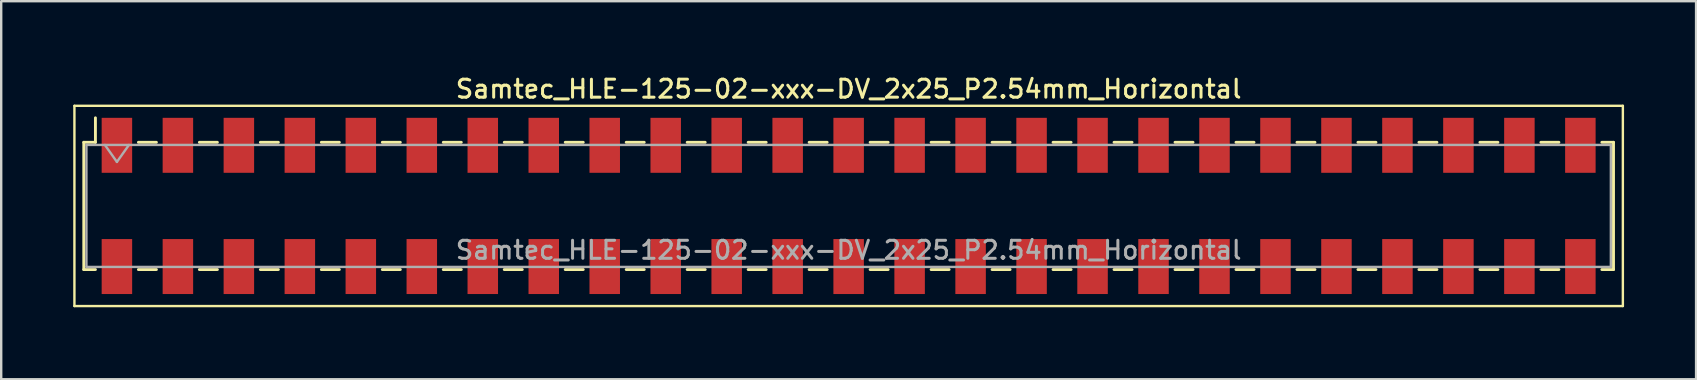
<source format=kicad_pcb>
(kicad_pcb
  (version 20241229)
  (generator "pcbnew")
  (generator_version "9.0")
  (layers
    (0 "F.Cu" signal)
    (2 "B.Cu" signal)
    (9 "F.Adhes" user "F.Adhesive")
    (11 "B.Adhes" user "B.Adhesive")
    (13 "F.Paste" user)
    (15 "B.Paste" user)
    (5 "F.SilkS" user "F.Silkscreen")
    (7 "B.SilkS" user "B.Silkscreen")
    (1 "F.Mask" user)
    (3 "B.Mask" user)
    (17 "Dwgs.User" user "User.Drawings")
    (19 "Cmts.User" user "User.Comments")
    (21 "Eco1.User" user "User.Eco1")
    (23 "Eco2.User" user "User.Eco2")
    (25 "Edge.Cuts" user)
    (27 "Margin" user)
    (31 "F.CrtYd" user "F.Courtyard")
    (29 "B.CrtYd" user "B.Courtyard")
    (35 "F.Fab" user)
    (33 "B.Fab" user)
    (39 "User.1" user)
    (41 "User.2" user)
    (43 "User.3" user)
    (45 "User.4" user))
  (footprint "Samtec_HLE-125-02-xxx-DV_2x25_P2.54mm_Horizontal"
    (layer "F.Cu")
    (at 32.3 5.528)
    (property "Reference" "Samtec_HLE-125-02-xxx-DV_2x25_P2.54mm_Horizontal" (at 0 -4.87 0) (layer "F.SilkS") (effects (font (size 0.75 0.75) (thickness 0.125))))
    (attr smd)
    (fp_line (start -32.25 -4.17) (end 32.25 -4.17) (stroke (width 0.1) (type solid)) (layer "F.SilkS"))
    (fp_line (start -32.25 4.17) (end -32.25 -4.17) (stroke (width 0.1) (type solid)) (layer "F.SilkS"))
    (fp_line (start -31.86 -2.65) (end -31.86 2.65) (stroke (width 0.12) (type solid)) (layer "F.SilkS"))
    (fp_line (start -31.86 2.65) (end -31.375 2.65) (stroke (width 0.12) (type solid)) (layer "F.SilkS"))
    (fp_line (start -31.375 -3.67) (end -31.375 -2.65) (stroke (width 0.12) (type solid)) (layer "F.SilkS"))
    (fp_line (start -31.375 -2.65) (end -31.86 -2.65) (stroke (width 0.12) (type solid)) (layer "F.SilkS"))
    (fp_line (start -29.585 -2.65) (end -28.835 -2.65) (stroke (width 0.12) (type solid)) (layer "F.SilkS"))
    (fp_line (start -29.585 2.65) (end -28.835 2.65) (stroke (width 0.12) (type solid)) (layer "F.SilkS"))
    (fp_line (start -27.045 -2.65) (end -26.295 -2.65) (stroke (width 0.12) (type solid)) (layer "F.SilkS"))
    (fp_line (start -27.045 2.65) (end -26.295 2.65) (stroke (width 0.12) (type solid)) (layer "F.SilkS"))
    (fp_line (start -24.505 -2.65) (end -23.755 -2.65) (stroke (width 0.12) (type solid)) (layer "F.SilkS"))
    (fp_line (start -24.505 2.65) (end -23.755 2.65) (stroke (width 0.12) (type solid)) (layer "F.SilkS"))
    (fp_line (start -21.965 -2.65) (end -21.215 -2.65) (stroke (width 0.12) (type solid)) (layer "F.SilkS"))
    (fp_line (start -21.965 2.65) (end -21.215 2.65) (stroke (width 0.12) (type solid)) (layer "F.SilkS"))
    (fp_line (start -19.425 -2.65) (end -18.675 -2.65) (stroke (width 0.12) (type solid)) (layer "F.SilkS"))
    (fp_line (start -19.425 2.65) (end -18.675 2.65) (stroke (width 0.12) (type solid)) (layer "F.SilkS"))
    (fp_line (start -16.885 -2.65) (end -16.135 -2.65) (stroke (width 0.12) (type solid)) (layer "F.SilkS"))
    (fp_line (start -16.885 2.65) (end -16.135 2.65) (stroke (width 0.12) (type solid)) (layer "F.SilkS"))
    (fp_line (start -14.345 -2.65) (end -13.595 -2.65) (stroke (width 0.12) (type solid)) (layer "F.SilkS"))
    (fp_line (start -14.345 2.65) (end -13.595 2.65) (stroke (width 0.12) (type solid)) (layer "F.SilkS"))
    (fp_line (start -11.805 -2.65) (end -11.055 -2.65) (stroke (width 0.12) (type solid)) (layer "F.SilkS"))
    (fp_line (start -11.805 2.65) (end -11.055 2.65) (stroke (width 0.12) (type solid)) (layer "F.SilkS"))
    (fp_line (start -9.265 -2.65) (end -8.515 -2.65) (stroke (width 0.12) (type solid)) (layer "F.SilkS"))
    (fp_line (start -9.265 2.65) (end -8.515 2.65) (stroke (width 0.12) (type solid)) (layer "F.SilkS"))
    (fp_line (start -6.725 -2.65) (end -5.975 -2.65) (stroke (width 0.12) (type solid)) (layer "F.SilkS"))
    (fp_line (start -6.725 2.65) (end -5.975 2.65) (stroke (width 0.12) (type solid)) (layer "F.SilkS"))
    (fp_line (start -4.185 -2.65) (end -3.435 -2.65) (stroke (width 0.12) (type solid)) (layer "F.SilkS"))
    (fp_line (start -4.185 2.65) (end -3.435 2.65) (stroke (width 0.12) (type solid)) (layer "F.SilkS"))
    (fp_line (start -1.645 -2.65) (end -0.895 -2.65) (stroke (width 0.12) (type solid)) (layer "F.SilkS"))
    (fp_line (start -1.645 2.65) (end -0.895 2.65) (stroke (width 0.12) (type solid)) (layer "F.SilkS"))
    (fp_line (start 0.895 -2.65) (end 1.645 -2.65) (stroke (width 0.12) (type solid)) (layer "F.SilkS"))
    (fp_line (start 0.895 2.65) (end 1.645 2.65) (stroke (width 0.12) (type solid)) (layer "F.SilkS"))
    (fp_line (start 3.435 -2.65) (end 4.185 -2.65) (stroke (width 0.12) (type solid)) (layer "F.SilkS"))
    (fp_line (start 3.435 2.65) (end 4.185 2.65) (stroke (width 0.12) (type solid)) (layer "F.SilkS"))
    (fp_line (start 5.975 -2.65) (end 6.725 -2.65) (stroke (width 0.12) (type solid)) (layer "F.SilkS"))
    (fp_line (start 5.975 2.65) (end 6.725 2.65) (stroke (width 0.12) (type solid)) (layer "F.SilkS"))
    (fp_line (start 8.515 -2.65) (end 9.265 -2.65) (stroke (width 0.12) (type solid)) (layer "F.SilkS"))
    (fp_line (start 8.515 2.65) (end 9.265 2.65) (stroke (width 0.12) (type solid)) (layer "F.SilkS"))
    (fp_line (start 11.055 -2.65) (end 11.805 -2.65) (stroke (width 0.12) (type solid)) (layer "F.SilkS"))
    (fp_line (start 11.055 2.65) (end 11.805 2.65) (stroke (width 0.12) (type solid)) (layer "F.SilkS"))
    (fp_line (start 13.595 -2.65) (end 14.345 -2.65) (stroke (width 0.12) (type solid)) (layer "F.SilkS"))
    (fp_line (start 13.595 2.65) (end 14.345 2.65) (stroke (width 0.12) (type solid)) (layer "F.SilkS"))
    (fp_line (start 16.135 -2.65) (end 16.885 -2.65) (stroke (width 0.12) (type solid)) (layer "F.SilkS"))
    (fp_line (start 16.135 2.65) (end 16.885 2.65) (stroke (width 0.12) (type solid)) (layer "F.SilkS"))
    (fp_line (start 18.675 -2.65) (end 19.425 -2.65) (stroke (width 0.12) (type solid)) (layer "F.SilkS"))
    (fp_line (start 18.675 2.65) (end 19.425 2.65) (stroke (width 0.12) (type solid)) (layer "F.SilkS"))
    (fp_line (start 21.215 -2.65) (end 21.965 -2.65) (stroke (width 0.12) (type solid)) (layer "F.SilkS"))
    (fp_line (start 21.215 2.65) (end 21.965 2.65) (stroke (width 0.12) (type solid)) (layer "F.SilkS"))
    (fp_line (start 23.755 -2.65) (end 24.505 -2.65) (stroke (width 0.12) (type solid)) (layer "F.SilkS"))
    (fp_line (start 23.755 2.65) (end 24.505 2.65) (stroke (width 0.12) (type solid)) (layer "F.SilkS"))
    (fp_line (start 26.295 -2.65) (end 27.045 -2.65) (stroke (width 0.12) (type solid)) (layer "F.SilkS"))
    (fp_line (start 26.295 2.65) (end 27.045 2.65) (stroke (width 0.12) (type solid)) (layer "F.SilkS"))
    (fp_line (start 28.835 -2.65) (end 29.585 -2.65) (stroke (width 0.12) (type solid)) (layer "F.SilkS"))
    (fp_line (start 28.835 2.65) (end 29.585 2.65) (stroke (width 0.12) (type solid)) (layer "F.SilkS"))
    (fp_line (start 31.375 -2.65) (end 31.86 -2.65) (stroke (width 0.12) (type solid)) (layer "F.SilkS"))
    (fp_line (start 31.86 -2.65) (end 31.86 2.65) (stroke (width 0.12) (type solid)) (layer "F.SilkS"))
    (fp_line (start 31.86 2.65) (end 31.375 2.65) (stroke (width 0.12) (type solid)) (layer "F.SilkS"))
    (fp_line (start 32.25 -4.17) (end 32.25 4.17) (stroke (width 0.1) (type solid)) (layer "F.SilkS"))
    (fp_line (start 32.25 4.17) (end -32.25 4.17) (stroke (width 0.1) (type solid)) (layer "F.SilkS"))
    (fp_line (start -31.75 -2.54) (end 31.75 -2.54) (stroke (width 0.1) (type solid)) (layer "F.Fab"))
    (fp_line (start -31.75 2.54) (end -31.75 -2.54) (stroke (width 0.1) (type solid)) (layer "F.Fab"))
    (fp_line (start -30.98 -2.54) (end -30.48 -1.833) (stroke (width 0.1) (type solid)) (layer "F.Fab"))
    (fp_line (start -30.48 -1.833) (end -29.98 -2.54) (stroke (width 0.1) (type solid)) (layer "F.Fab"))
    (fp_line (start 31.75 -2.54) (end 31.75 2.54) (stroke (width 0.1) (type solid)) (layer "F.Fab"))
    (fp_line (start 31.75 2.54) (end -31.75 2.54) (stroke (width 0.1) (type solid)) (layer "F.Fab"))
    (fp_text user "${REFERENCE}" (at 0 1.84 0) (layer "F.Fab") (effects (font (size 0.75 0.75) (thickness 0.125))))
    (pad "1" smd rect (at -30.48 -2.525) (size 1.27 2.29) (layers "F.Cu" "F.Mask" "F.Paste"))
    (pad "2" smd rect (at -30.48 2.525) (size 1.27 2.29) (layers "F.Cu" "F.Mask" "F.Paste"))
    (pad "3" smd rect (at -27.94 -2.525) (size 1.27 2.29) (layers "F.Cu" "F.Mask" "F.Paste"))
    (pad "4" smd rect (at -27.94 2.525) (size 1.27 2.29) (layers "F.Cu" "F.Mask" "F.Paste"))
    (pad "5" smd rect (at -25.4 -2.525) (size 1.27 2.29) (layers "F.Cu" "F.Mask" "F.Paste"))
    (pad "6" smd rect (at -25.4 2.525) (size 1.27 2.29) (layers "F.Cu" "F.Mask" "F.Paste"))
    (pad "7" smd rect (at -22.86 -2.525) (size 1.27 2.29) (layers "F.Cu" "F.Mask" "F.Paste"))
    (pad "8" smd rect (at -22.86 2.525) (size 1.27 2.29) (layers "F.Cu" "F.Mask" "F.Paste"))
    (pad "9" smd rect (at -20.32 -2.525) (size 1.27 2.29) (layers "F.Cu" "F.Mask" "F.Paste"))
    (pad "10" smd rect (at -20.32 2.525) (size 1.27 2.29) (layers "F.Cu" "F.Mask" "F.Paste"))
    (pad "11" smd rect (at -17.78 -2.525) (size 1.27 2.29) (layers "F.Cu" "F.Mask" "F.Paste"))
    (pad "12" smd rect (at -17.78 2.525) (size 1.27 2.29) (layers "F.Cu" "F.Mask" "F.Paste"))
    (pad "13" smd rect (at -15.24 -2.525) (size 1.27 2.29) (layers "F.Cu" "F.Mask" "F.Paste"))
    (pad "14" smd rect (at -15.24 2.525) (size 1.27 2.29) (layers "F.Cu" "F.Mask" "F.Paste"))
    (pad "15" smd rect (at -12.7 -2.525) (size 1.27 2.29) (layers "F.Cu" "F.Mask" "F.Paste"))
    (pad "16" smd rect (at -12.7 2.525) (size 1.27 2.29) (layers "F.Cu" "F.Mask" "F.Paste"))
    (pad "17" smd rect (at -10.16 -2.525) (size 1.27 2.29) (layers "F.Cu" "F.Mask" "F.Paste"))
    (pad "18" smd rect (at -10.16 2.525) (size 1.27 2.29) (layers "F.Cu" "F.Mask" "F.Paste"))
    (pad "19" smd rect (at -7.62 -2.525) (size 1.27 2.29) (layers "F.Cu" "F.Mask" "F.Paste"))
    (pad "20" smd rect (at -7.62 2.525) (size 1.27 2.29) (layers "F.Cu" "F.Mask" "F.Paste"))
    (pad "21" smd rect (at -5.08 -2.525) (size 1.27 2.29) (layers "F.Cu" "F.Mask" "F.Paste"))
    (pad "22" smd rect (at -5.08 2.525) (size 1.27 2.29) (layers "F.Cu" "F.Mask" "F.Paste"))
    (pad "23" smd rect (at -2.54 -2.525) (size 1.27 2.29) (layers "F.Cu" "F.Mask" "F.Paste"))
    (pad "24" smd rect (at -2.54 2.525) (size 1.27 2.29) (layers "F.Cu" "F.Mask" "F.Paste"))
    (pad "25" smd rect (at 0 -2.525) (size 1.27 2.29) (layers "F.Cu" "F.Mask" "F.Paste"))
    (pad "26" smd rect (at 0 2.525) (size 1.27 2.29) (layers "F.Cu" "F.Mask" "F.Paste"))
    (pad "27" smd rect (at 2.54 -2.525) (size 1.27 2.29) (layers "F.Cu" "F.Mask" "F.Paste"))
    (pad "28" smd rect (at 2.54 2.525) (size 1.27 2.29) (layers "F.Cu" "F.Mask" "F.Paste"))
    (pad "29" smd rect (at 5.08 -2.525) (size 1.27 2.29) (layers "F.Cu" "F.Mask" "F.Paste"))
    (pad "30" smd rect (at 5.08 2.525) (size 1.27 2.29) (layers "F.Cu" "F.Mask" "F.Paste"))
    (pad "31" smd rect (at 7.62 -2.525) (size 1.27 2.29) (layers "F.Cu" "F.Mask" "F.Paste"))
    (pad "32" smd rect (at 7.62 2.525) (size 1.27 2.29) (layers "F.Cu" "F.Mask" "F.Paste"))
    (pad "33" smd rect (at 10.16 -2.525) (size 1.27 2.29) (layers "F.Cu" "F.Mask" "F.Paste"))
    (pad "34" smd rect (at 10.16 2.525) (size 1.27 2.29) (layers "F.Cu" "F.Mask" "F.Paste"))
    (pad "35" smd rect (at 12.7 -2.525) (size 1.27 2.29) (layers "F.Cu" "F.Mask" "F.Paste"))
    (pad "36" smd rect (at 12.7 2.525) (size 1.27 2.29) (layers "F.Cu" "F.Mask" "F.Paste"))
    (pad "37" smd rect (at 15.24 -2.525) (size 1.27 2.29) (layers "F.Cu" "F.Mask" "F.Paste"))
    (pad "38" smd rect (at 15.24 2.525) (size 1.27 2.29) (layers "F.Cu" "F.Mask" "F.Paste"))
    (pad "39" smd rect (at 17.78 -2.525) (size 1.27 2.29) (layers "F.Cu" "F.Mask" "F.Paste"))
    (pad "40" smd rect (at 17.78 2.525) (size 1.27 2.29) (layers "F.Cu" "F.Mask" "F.Paste"))
    (pad "41" smd rect (at 20.32 -2.525) (size 1.27 2.29) (layers "F.Cu" "F.Mask" "F.Paste"))
    (pad "42" smd rect (at 20.32 2.525) (size 1.27 2.29) (layers "F.Cu" "F.Mask" "F.Paste"))
    (pad "43" smd rect (at 22.86 -2.525) (size 1.27 2.29) (layers "F.Cu" "F.Mask" "F.Paste"))
    (pad "44" smd rect (at 22.86 2.525) (size 1.27 2.29) (layers "F.Cu" "F.Mask" "F.Paste"))
    (pad "45" smd rect (at 25.4 -2.525) (size 1.27 2.29) (layers "F.Cu" "F.Mask" "F.Paste"))
    (pad "46" smd rect (at 25.4 2.525) (size 1.27 2.29) (layers "F.Cu" "F.Mask" "F.Paste"))
    (pad "47" smd rect (at 27.94 -2.525) (size 1.27 2.29) (layers "F.Cu" "F.Mask" "F.Paste"))
    (pad "48" smd rect (at 27.94 2.525) (size 1.27 2.29) (layers "F.Cu" "F.Mask" "F.Paste"))
    (pad "49" smd rect (at 30.48 -2.525) (size 1.27 2.29) (layers "F.Cu" "F.Mask" "F.Paste"))
    (pad "50" smd rect (at 30.48 2.525) (size 1.27 2.29) (layers "F.Cu" "F.Mask" "F.Paste")))
  (gr_rect
    (start -3 -3)
    (end 67.6 12.748)
    (stroke (width 0.1) (type default))
    (fill no)
    (layer "Edge.Cuts")))
</source>
